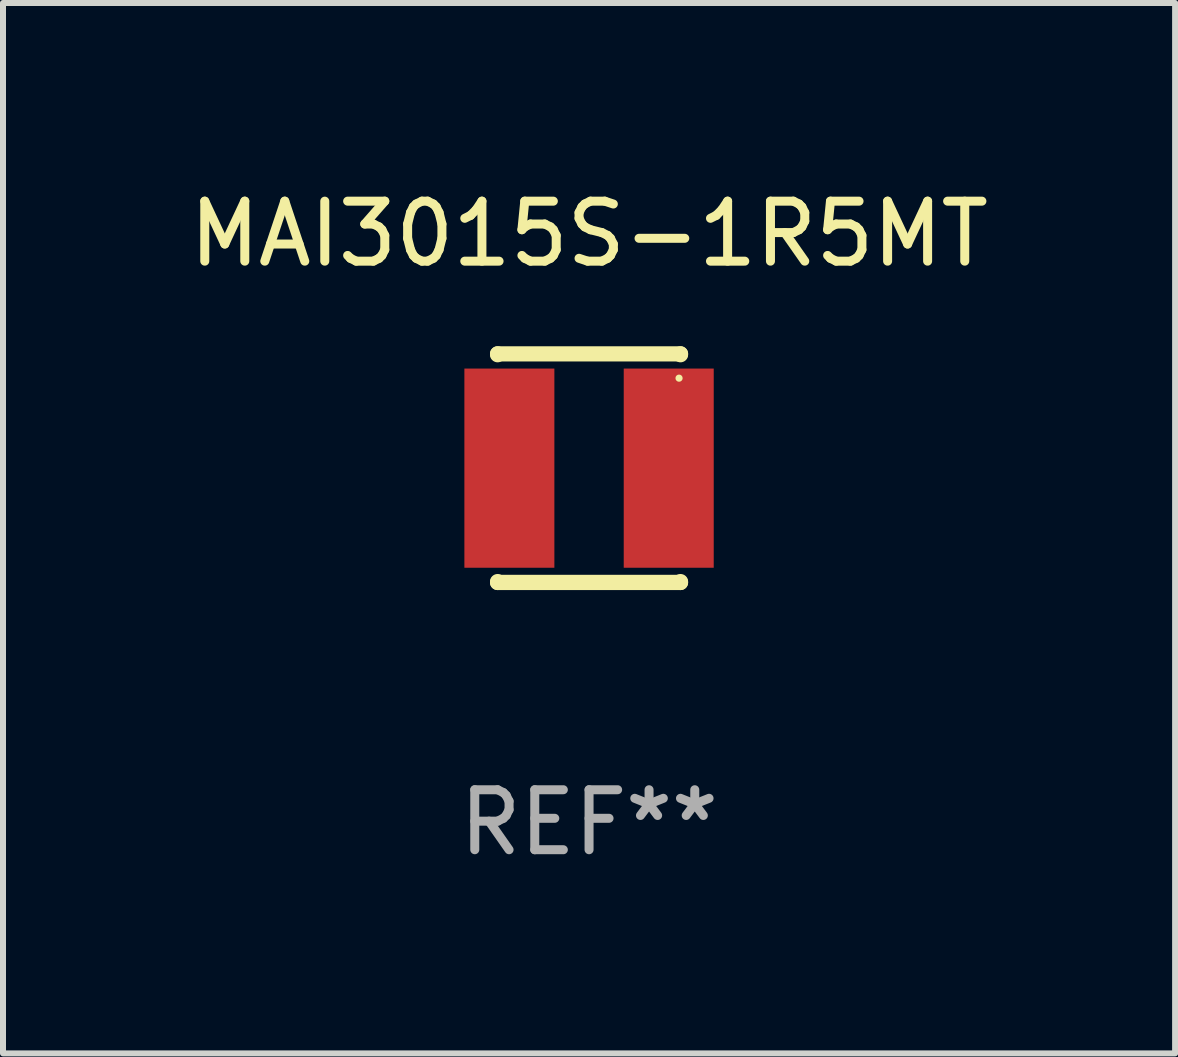
<source format=kicad_pcb>
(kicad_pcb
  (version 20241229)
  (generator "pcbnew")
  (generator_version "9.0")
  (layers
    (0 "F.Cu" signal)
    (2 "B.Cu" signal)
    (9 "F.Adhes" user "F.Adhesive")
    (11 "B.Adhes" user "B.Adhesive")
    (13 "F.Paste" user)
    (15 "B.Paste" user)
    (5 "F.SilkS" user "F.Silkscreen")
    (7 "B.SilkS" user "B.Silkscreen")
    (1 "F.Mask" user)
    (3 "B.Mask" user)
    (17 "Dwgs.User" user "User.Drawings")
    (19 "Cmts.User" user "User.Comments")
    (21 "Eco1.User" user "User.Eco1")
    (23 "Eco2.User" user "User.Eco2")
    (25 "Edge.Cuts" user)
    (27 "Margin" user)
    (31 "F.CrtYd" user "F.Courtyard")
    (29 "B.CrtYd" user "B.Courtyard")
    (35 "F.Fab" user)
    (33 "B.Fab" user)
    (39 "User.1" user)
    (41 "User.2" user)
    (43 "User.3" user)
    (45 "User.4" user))
  (footprint "MAI3015S-1R5MT"
    (layer "F.Cu")
    (at 6.768 4.753)
    (property "Reference" "MAI3015S-1R5MT" (at 0 -3.905 0) (layer "F.SilkS") (effects (font (size 1 1) (thickness 0.15))))
    (attr through_hole)
    (fp_line (start -1.524 -1.905) (end 1.524 -1.905) (stroke (width 0.254) (type solid)) (layer "F.SilkS"))
    (fp_line (start -1.524 -1.891) (end -1.524 -1.905) (stroke (width 0.254) (type solid)) (layer "F.SilkS"))
    (fp_line (start -1.524 1.905) (end -1.524 1.891) (stroke (width 0.254) (type solid)) (layer "F.SilkS"))
    (fp_line (start -1.524 1.905) (end 1.524 1.905) (stroke (width 0.254) (type solid)) (layer "F.SilkS"))
    (fp_line (start 1.524 -1.905) (end 1.524 -1.891) (stroke (width 0.254) (type solid)) (layer "F.SilkS"))
    (fp_line (start 1.524 1.891) (end 1.524 1.905) (stroke (width 0.254) (type solid)) (layer "F.SilkS"))
    (fp_circle (center 1.5 -1.5) (end 1.53 -1.5) (stroke (width 0.06) (type solid)) (fill no) (layer "F.SilkS"))
    (fp_text user "REF**" (at 0 5.905 0) (layer "F.Fab") (effects (font (size 1 1) (thickness 0.15))))
    (pad "1" smd rect (at 1.328 0) (size 1.5 3.32) (layers "F.Cu" "F.Mask" "F.Paste"))
    (pad "2" smd rect (at -1.328 0) (size 1.5 3.32) (layers "F.Cu" "F.Mask" "F.Paste")))
  (gr_rect
    (start -3 -3)
    (end 16.536 14.507)
    (stroke (width 0.1) (type default))
    (fill no)
    (layer "Edge.Cuts")))
</source>
